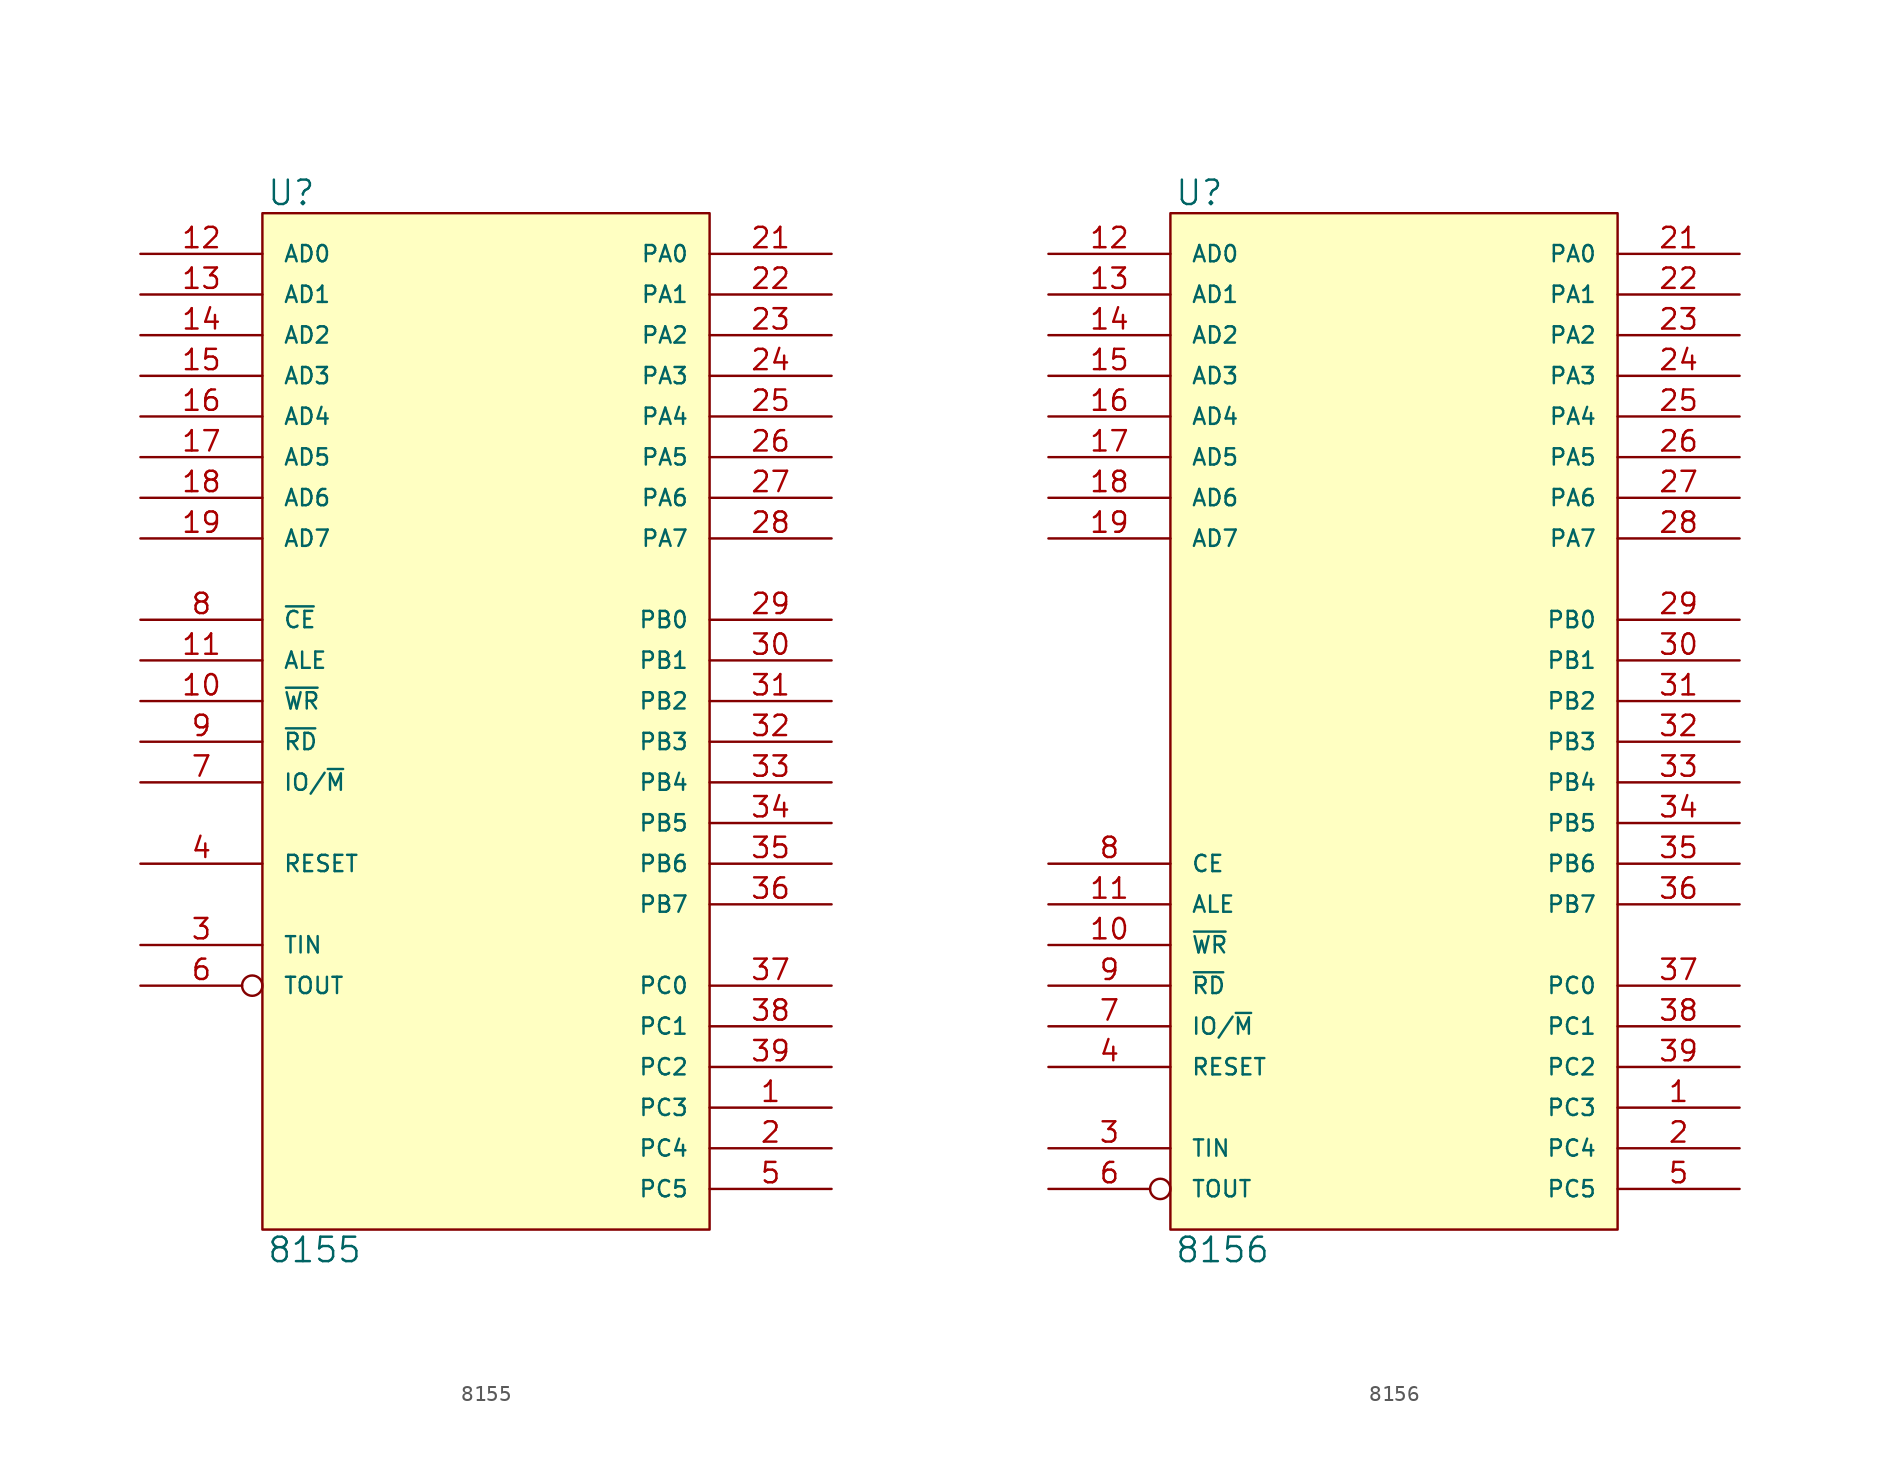
<source format=kicad_sym>
(kicad_symbol_lib
  (version 20231120)
  (generator "kicad_symbol_editor")
  (generator_version "8.0")
  (symbol "8155"
    (pin_names
      (offset 1.27))
    (property "Reference" "U"
      (at 0.254 0.381 0)
      (effects (font (size 1.524 1.524)) (justify left bottom)))
    (property "Value" "8155"
      (at 0.254 -63.881 0)
      (effects (font (size 1.524 1.524)) (justify left top)))
    (symbol "8155_0_1"
      (rectangle (start 0 0) (end 27.94 -63.5) (stroke (width 0) (type solid)) (fill (type background))))
    (symbol "8155_1_1"
      (pin bidirectional line (at 35.56 -55.88 180) (length 7.62) (name "PC3" (effects (font (size 1.016 1.016)))) (number "1" (effects (font (size 1.27 1.27)))))
      (pin input line (at -7.62 -30.48 0) (length 7.62) (name "~{WR}" (effects (font (size 1.016 1.016)))) (number "10" (effects (font (size 1.27 1.27)))))
      (pin input line (at -7.62 -27.94 0) (length 7.62) (name "ALE" (effects (font (size 1.016 1.016)))) (number "11" (effects (font (size 1.27 1.27)))))
      (pin bidirectional line (at -7.62 -2.54 0) (length 7.62) (name "AD0" (effects (font (size 1.016 1.016)))) (number "12" (effects (font (size 1.27 1.27)))))
      (pin bidirectional line (at -7.62 -5.08 0) (length 7.62) (name "AD1" (effects (font (size 1.016 1.016)))) (number "13" (effects (font (size 1.27 1.27)))))
      (pin bidirectional line (at -7.62 -7.62 0) (length 7.62) (name "AD2" (effects (font (size 1.016 1.016)))) (number "14" (effects (font (size 1.27 1.27)))))
      (pin bidirectional line (at -7.62 -10.16 0) (length 7.62) (name "AD3" (effects (font (size 1.016 1.016)))) (number "15" (effects (font (size 1.27 1.27)))))
      (pin bidirectional line (at -7.62 -12.7 0) (length 7.62) (name "AD4" (effects (font (size 1.016 1.016)))) (number "16" (effects (font (size 1.27 1.27)))))
      (pin bidirectional line (at -7.62 -15.24 0) (length 7.62) (name "AD5" (effects (font (size 1.016 1.016)))) (number "17" (effects (font (size 1.27 1.27)))))
      (pin bidirectional line (at -7.62 -17.78 0) (length 7.62) (name "AD6" (effects (font (size 1.016 1.016)))) (number "18" (effects (font (size 1.27 1.27)))))
      (pin bidirectional line (at -7.62 -20.32 0) (length 7.62) (name "AD7" (effects (font (size 1.016 1.016)))) (number "19" (effects (font (size 1.27 1.27)))))
      (pin bidirectional line (at 35.56 -58.42 180) (length 7.62) (name "PC4" (effects (font (size 1.016 1.016)))) (number "2" (effects (font (size 1.27 1.27)))))
      (pin power_in line (at 0 -63.5 90) (length 0) hide (name "VSS" (effects (font (size 1.016 1.016)))) (number "20" (effects (font (size 1.27 1.27)))))
      (pin bidirectional line (at 35.56 -2.54 180) (length 7.62) (name "PA0" (effects (font (size 1.016 1.016)))) (number "21" (effects (font (size 1.27 1.27)))))
      (pin bidirectional line (at 35.56 -5.08 180) (length 7.62) (name "PA1" (effects (font (size 1.016 1.016)))) (number "22" (effects (font (size 1.27 1.27)))))
      (pin bidirectional line (at 35.56 -7.62 180) (length 7.62) (name "PA2" (effects (font (size 1.016 1.016)))) (number "23" (effects (font (size 1.27 1.27)))))
      (pin bidirectional line (at 35.56 -10.16 180) (length 7.62) (name "PA3" (effects (font (size 1.016 1.016)))) (number "24" (effects (font (size 1.27 1.27)))))
      (pin bidirectional line (at 35.56 -12.7 180) (length 7.62) (name "PA4" (effects (font (size 1.016 1.016)))) (number "25" (effects (font (size 1.27 1.27)))))
      (pin bidirectional line (at 35.56 -15.24 180) (length 7.62) (name "PA5" (effects (font (size 1.016 1.016)))) (number "26" (effects (font (size 1.27 1.27)))))
      (pin bidirectional line (at 35.56 -17.78 180) (length 7.62) (name "PA6" (effects (font (size 1.016 1.016)))) (number "27" (effects (font (size 1.27 1.27)))))
      (pin bidirectional line (at 35.56 -20.32 180) (length 7.62) (name "PA7" (effects (font (size 1.016 1.016)))) (number "28" (effects (font (size 1.27 1.27)))))
      (pin bidirectional line (at 35.56 -25.4 180) (length 7.62) (name "PB0" (effects (font (size 1.016 1.016)))) (number "29" (effects (font (size 1.27 1.27)))))
      (pin input line (at -7.62 -45.72 0) (length 7.62) (name "TIN" (effects (font (size 1.016 1.016)))) (number "3" (effects (font (size 1.27 1.27)))))
      (pin bidirectional line (at 35.56 -27.94 180) (length 7.62) (name "PB1" (effects (font (size 1.016 1.016)))) (number "30" (effects (font (size 1.27 1.27)))))
      (pin bidirectional line (at 35.56 -30.48 180) (length 7.62) (name "PB2" (effects (font (size 1.016 1.016)))) (number "31" (effects (font (size 1.27 1.27)))))
      (pin bidirectional line (at 35.56 -33.02 180) (length 7.62) (name "PB3" (effects (font (size 1.016 1.016)))) (number "32" (effects (font (size 1.27 1.27)))))
      (pin bidirectional line (at 35.56 -35.56 180) (length 7.62) (name "PB4" (effects (font (size 1.016 1.016)))) (number "33" (effects (font (size 1.27 1.27)))))
      (pin bidirectional line (at 35.56 -38.1 180) (length 7.62) (name "PB5" (effects (font (size 1.016 1.016)))) (number "34" (effects (font (size 1.27 1.27)))))
      (pin bidirectional line (at 35.56 -40.64 180) (length 7.62) (name "PB6" (effects (font (size 1.016 1.016)))) (number "35" (effects (font (size 1.27 1.27)))))
      (pin bidirectional line (at 35.56 -43.18 180) (length 7.62) (name "PB7" (effects (font (size 1.016 1.016)))) (number "36" (effects (font (size 1.27 1.27)))))
      (pin bidirectional line (at 35.56 -48.26 180) (length 7.62) (name "PC0" (effects (font (size 1.016 1.016)))) (number "37" (effects (font (size 1.27 1.27)))))
      (pin bidirectional line (at 35.56 -50.8 180) (length 7.62) (name "PC1" (effects (font (size 1.016 1.016)))) (number "38" (effects (font (size 1.27 1.27)))))
      (pin bidirectional line (at 35.56 -53.34 180) (length 7.62) (name "PC2" (effects (font (size 1.016 1.016)))) (number "39" (effects (font (size 1.27 1.27)))))
      (pin input line (at -7.62 -40.64 0) (length 7.62) (name "RESET" (effects (font (size 1.016 1.016)))) (number "4" (effects (font (size 1.27 1.27)))))
      (pin power_in line (at 0 0 270) (length 0) hide (name "VCC" (effects (font (size 1.016 1.016)))) (number "40" (effects (font (size 1.27 1.27)))))
      (pin bidirectional line (at 35.56 -60.96 180) (length 7.62) (name "PC5" (effects (font (size 1.016 1.016)))) (number "5" (effects (font (size 1.27 1.27)))))
      (pin output inverted (at -7.62 -48.26 0) (length 7.62) (name "TOUT" (effects (font (size 1.016 1.016)))) (number "6" (effects (font (size 1.27 1.27)))))
      (pin input line (at -7.62 -35.56 0) (length 7.62) (name "IO/~{M}" (effects (font (size 1.016 1.016)))) (number "7" (effects (font (size 1.27 1.27)))))
      (pin input line (at -7.62 -25.4 0) (length 7.62) (name "~{CE}" (effects (font (size 1.016 1.016)))) (number "8" (effects (font (size 1.27 1.27)))))
      (pin input line (at -7.62 -33.02 0) (length 7.62) (name "~{RD}" (effects (font (size 1.016 1.016)))) (number "9" (effects (font (size 1.27 1.27)))))))
  (symbol "8156"
    (pin_names
      (offset 1.27))
    (property "Reference" "U"
      (at 0.254 0.381 0)
      (effects (font (size 1.524 1.524)) (justify left bottom)))
    (property "Value" "8156"
      (at 0.254 -63.881 0)
      (effects (font (size 1.524 1.524)) (justify left top)))
    (symbol "8156_0_1"
      (rectangle (start 0 0) (end 27.94 -63.5) (stroke (width 0) (type solid)) (fill (type background))))
    (symbol "8156_1_1"
      (pin bidirectional line (at 35.56 -55.88 180) (length 7.62) (name "PC3" (effects (font (size 1.016 1.016)))) (number "1" (effects (font (size 1.27 1.27)))))
      (pin input line (at -7.62 -45.72 0) (length 7.62) (name "~{WR}" (effects (font (size 1.016 1.016)))) (number "10" (effects (font (size 1.27 1.27)))))
      (pin input line (at -7.62 -43.18 0) (length 7.62) (name "ALE" (effects (font (size 1.016 1.016)))) (number "11" (effects (font (size 1.27 1.27)))))
      (pin bidirectional line (at -7.62 -2.54 0) (length 7.62) (name "AD0" (effects (font (size 1.016 1.016)))) (number "12" (effects (font (size 1.27 1.27)))))
      (pin bidirectional line (at -7.62 -5.08 0) (length 7.62) (name "AD1" (effects (font (size 1.016 1.016)))) (number "13" (effects (font (size 1.27 1.27)))))
      (pin bidirectional line (at -7.62 -7.62 0) (length 7.62) (name "AD2" (effects (font (size 1.016 1.016)))) (number "14" (effects (font (size 1.27 1.27)))))
      (pin bidirectional line (at -7.62 -10.16 0) (length 7.62) (name "AD3" (effects (font (size 1.016 1.016)))) (number "15" (effects (font (size 1.27 1.27)))))
      (pin bidirectional line (at -7.62 -12.7 0) (length 7.62) (name "AD4" (effects (font (size 1.016 1.016)))) (number "16" (effects (font (size 1.27 1.27)))))
      (pin bidirectional line (at -7.62 -15.24 0) (length 7.62) (name "AD5" (effects (font (size 1.016 1.016)))) (number "17" (effects (font (size 1.27 1.27)))))
      (pin bidirectional line (at -7.62 -17.78 0) (length 7.62) (name "AD6" (effects (font (size 1.016 1.016)))) (number "18" (effects (font (size 1.27 1.27)))))
      (pin bidirectional line (at -7.62 -20.32 0) (length 7.62) (name "AD7" (effects (font (size 1.016 1.016)))) (number "19" (effects (font (size 1.27 1.27)))))
      (pin bidirectional line (at 35.56 -58.42 180) (length 7.62) (name "PC4" (effects (font (size 1.016 1.016)))) (number "2" (effects (font (size 1.27 1.27)))))
      (pin power_in line (at 0 -63.5 90) (length 0) hide (name "VSS" (effects (font (size 1.016 1.016)))) (number "20" (effects (font (size 1.27 1.27)))))
      (pin bidirectional line (at 35.56 -2.54 180) (length 7.62) (name "PA0" (effects (font (size 1.016 1.016)))) (number "21" (effects (font (size 1.27 1.27)))))
      (pin bidirectional line (at 35.56 -5.08 180) (length 7.62) (name "PA1" (effects (font (size 1.016 1.016)))) (number "22" (effects (font (size 1.27 1.27)))))
      (pin bidirectional line (at 35.56 -7.62 180) (length 7.62) (name "PA2" (effects (font (size 1.016 1.016)))) (number "23" (effects (font (size 1.27 1.27)))))
      (pin bidirectional line (at 35.56 -10.16 180) (length 7.62) (name "PA3" (effects (font (size 1.016 1.016)))) (number "24" (effects (font (size 1.27 1.27)))))
      (pin bidirectional line (at 35.56 -12.7 180) (length 7.62) (name "PA4" (effects (font (size 1.016 1.016)))) (number "25" (effects (font (size 1.27 1.27)))))
      (pin bidirectional line (at 35.56 -15.24 180) (length 7.62) (name "PA5" (effects (font (size 1.016 1.016)))) (number "26" (effects (font (size 1.27 1.27)))))
      (pin bidirectional line (at 35.56 -17.78 180) (length 7.62) (name "PA6" (effects (font (size 1.016 1.016)))) (number "27" (effects (font (size 1.27 1.27)))))
      (pin bidirectional line (at 35.56 -20.32 180) (length 7.62) (name "PA7" (effects (font (size 1.016 1.016)))) (number "28" (effects (font (size 1.27 1.27)))))
      (pin bidirectional line (at 35.56 -25.4 180) (length 7.62) (name "PB0" (effects (font (size 1.016 1.016)))) (number "29" (effects (font (size 1.27 1.27)))))
      (pin input line (at -7.62 -58.42 0) (length 7.62) (name "TIN" (effects (font (size 1.016 1.016)))) (number "3" (effects (font (size 1.27 1.27)))))
      (pin bidirectional line (at 35.56 -27.94 180) (length 7.62) (name "PB1" (effects (font (size 1.016 1.016)))) (number "30" (effects (font (size 1.27 1.27)))))
      (pin bidirectional line (at 35.56 -30.48 180) (length 7.62) (name "PB2" (effects (font (size 1.016 1.016)))) (number "31" (effects (font (size 1.27 1.27)))))
      (pin bidirectional line (at 35.56 -33.02 180) (length 7.62) (name "PB3" (effects (font (size 1.016 1.016)))) (number "32" (effects (font (size 1.27 1.27)))))
      (pin bidirectional line (at 35.56 -35.56 180) (length 7.62) (name "PB4" (effects (font (size 1.016 1.016)))) (number "33" (effects (font (size 1.27 1.27)))))
      (pin bidirectional line (at 35.56 -38.1 180) (length 7.62) (name "PB5" (effects (font (size 1.016 1.016)))) (number "34" (effects (font (size 1.27 1.27)))))
      (pin bidirectional line (at 35.56 -40.64 180) (length 7.62) (name "PB6" (effects (font (size 1.016 1.016)))) (number "35" (effects (font (size 1.27 1.27)))))
      (pin bidirectional line (at 35.56 -43.18 180) (length 7.62) (name "PB7" (effects (font (size 1.016 1.016)))) (number "36" (effects (font (size 1.27 1.27)))))
      (pin bidirectional line (at 35.56 -48.26 180) (length 7.62) (name "PC0" (effects (font (size 1.016 1.016)))) (number "37" (effects (font (size 1.27 1.27)))))
      (pin bidirectional line (at 35.56 -50.8 180) (length 7.62) (name "PC1" (effects (font (size 1.016 1.016)))) (number "38" (effects (font (size 1.27 1.27)))))
      (pin bidirectional line (at 35.56 -53.34 180) (length 7.62) (name "PC2" (effects (font (size 1.016 1.016)))) (number "39" (effects (font (size 1.27 1.27)))))
      (pin input line (at -7.62 -53.34 0) (length 7.62) (name "RESET" (effects (font (size 1.016 1.016)))) (number "4" (effects (font (size 1.27 1.27)))))
      (pin power_in line (at 0 0 270) (length 0) hide (name "VCC" (effects (font (size 1.016 1.016)))) (number "40" (effects (font (size 1.27 1.27)))))
      (pin bidirectional line (at 35.56 -60.96 180) (length 7.62) (name "PC5" (effects (font (size 1.016 1.016)))) (number "5" (effects (font (size 1.27 1.27)))))
      (pin output inverted (at -7.62 -60.96 0) (length 7.62) (name "TOUT" (effects (font (size 1.016 1.016)))) (number "6" (effects (font (size 1.27 1.27)))))
      (pin input line (at -7.62 -50.8 0) (length 7.62) (name "IO/~{M}" (effects (font (size 1.016 1.016)))) (number "7" (effects (font (size 1.27 1.27)))))
      (pin input line (at -7.62 -40.64 0) (length 7.62) (name "CE" (effects (font (size 1.016 1.016)))) (number "8" (effects (font (size 1.27 1.27)))))
      (pin input line (at -7.62 -48.26 0) (length 7.62) (name "~{RD}" (effects (font (size 1.016 1.016)))) (number "9" (effects (font (size 1.27 1.27))))))))
</source>
